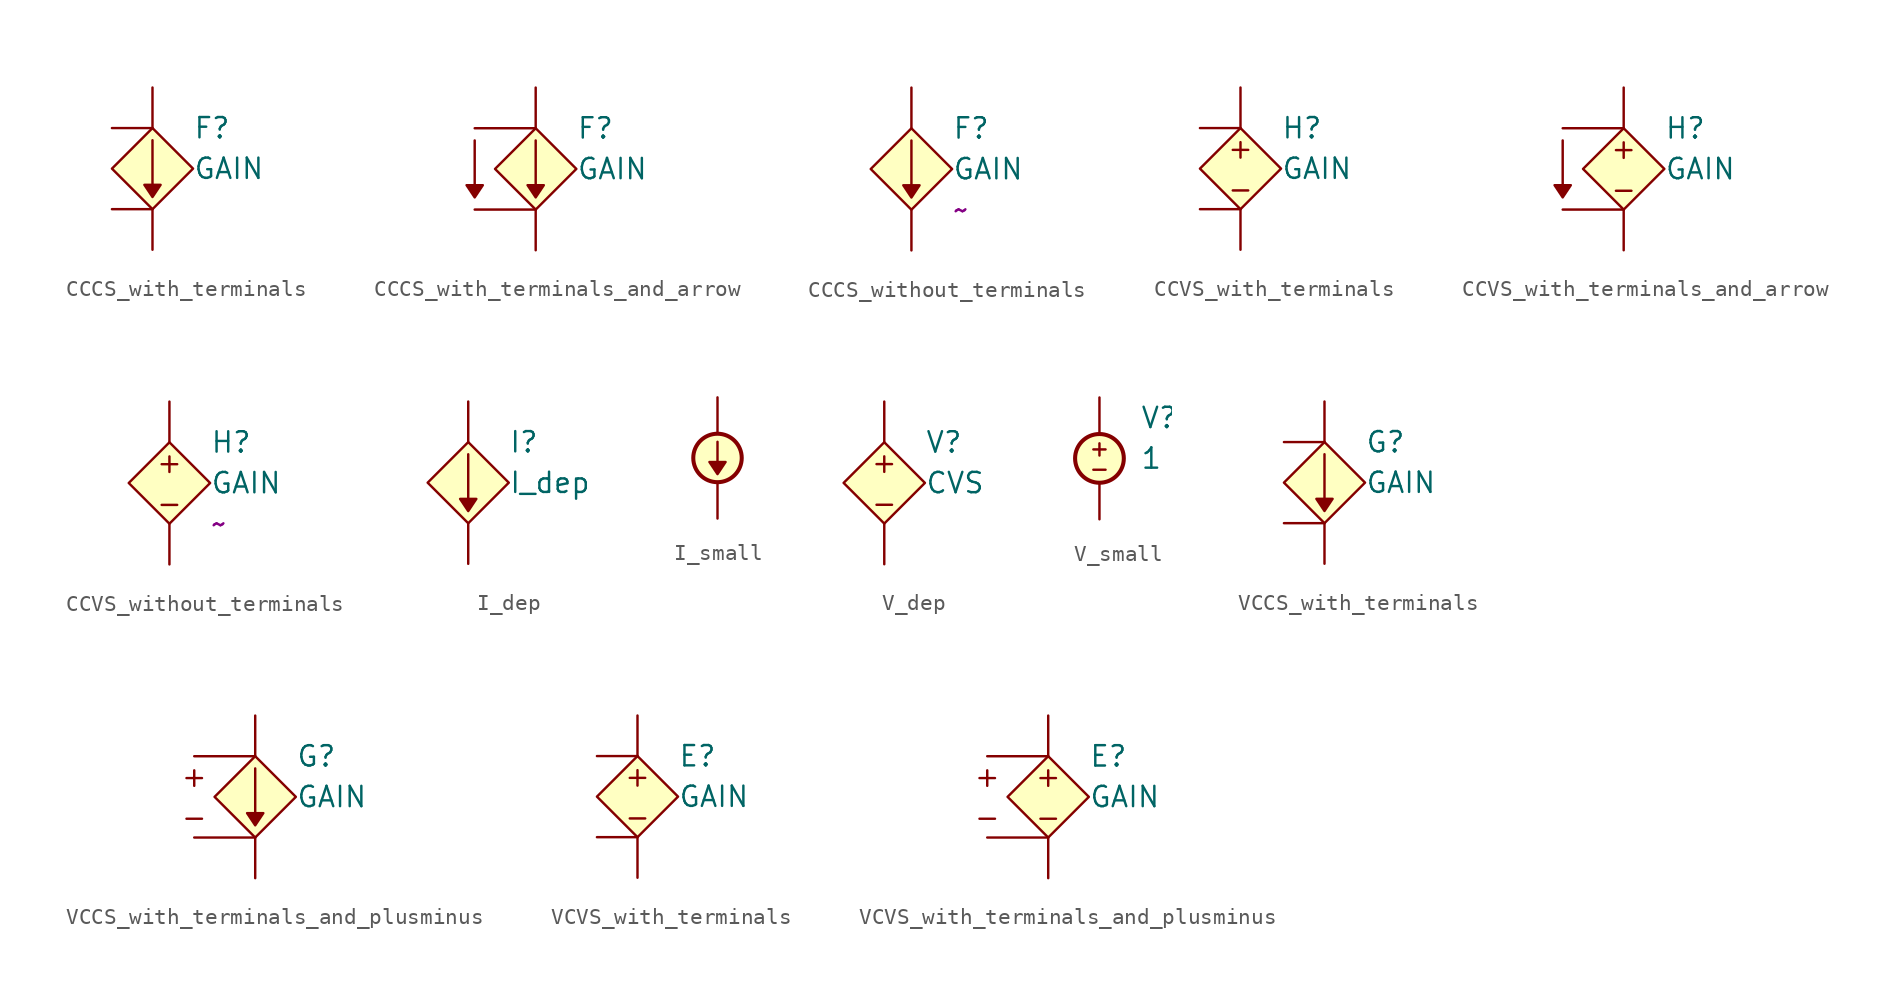
<source format=kicad_sym>
(kicad_symbol_lib
  (version 20220914)
  (generator kicad_symbol_editor)
  (symbol "CCCS_with_terminals"
    (pin_numbers hide)
    (property "Reference" "F"
      (at 2.54 2.54 0)
      (effects (font (size 1.27 1.27)) (justify left)))
    (property "Value" "GAIN"
      (at 2.54 0 0)
      (effects (font (size 1.27 1.27)) (justify left)))
    (symbol "CCCS_with_terminals_0_0"
      (polyline (pts (xy 0.508 -1.016) (xy 0 -1.778) (xy -0.508 -1.016) (xy 0.508 -1.016)) (stroke (width 0.152) (type default)) (fill (type outline))))
    (symbol "CCCS_with_terminals_0_1"
      (polyline (pts (xy 0 -1.016) (xy 0 1.778)) (stroke (width 0) (type default)) (fill (type none))))
    (symbol "CCCS_with_terminals_1_0"
      (polyline (pts (xy 0 2.54) (xy -2.54 0) (xy 0 -2.54) (xy 2.54 0) (xy 0 2.54)) (stroke (width 0.152) (type default)) (fill (type background))))
    (symbol "CCCS_with_terminals_1_1"
      (pin passive line (at 0 5.08 270) (length 2.54) (name "~" (effects (font (size 1.27 1.27)))) (number "1" (effects (font (size 1.27 1.27)))))
      (pin passive line (at 0 -5.08 90) (length 2.54) (name "~" (effects (font (size 1.27 1.27)))) (number "2" (effects (font (size 1.27 1.27)))))
      (pin passive line (at -2.54 2.54 0) (length 2.54) (name "~" (effects (font (size 1.27 1.27)))) (number "3" (effects (font (size 1.27 1.27)))))
      (pin passive line (at -2.54 -2.54 0) (length 2.54) (name "~" (effects (font (size 1.27 1.27)))) (number "4" (effects (font (size 1.27 1.27)))))))
  (symbol "CCCS_with_terminals_and_arrow"
    (pin_numbers hide)
    (property "Reference" "F"
      (at 2.54 2.54 0)
      (effects (font (size 1.27 1.27)) (justify left)))
    (property "Value" "GAIN"
      (at 2.54 0 0)
      (effects (font (size 1.27 1.27)) (justify left)))
    (symbol "CCCS_with_terminals_and_arrow_0_0"
      (polyline (pts (xy -3.302 -1.016) (xy -3.81 -1.778) (xy -4.318 -1.016) (xy -3.302 -1.016)) (stroke (width 0.152) (type default)) (fill (type outline)))
      (polyline (pts (xy 0.508 -1.016) (xy 0 -1.778) (xy -0.508 -1.016) (xy 0.508 -1.016)) (stroke (width 0.152) (type default)) (fill (type outline))))
    (symbol "CCCS_with_terminals_and_arrow_0_1"
      (polyline (pts (xy -3.81 -1.016) (xy -3.81 1.778)) (stroke (width 0) (type default)) (fill (type none)))
      (polyline (pts (xy 0 -1.016) (xy 0 1.778)) (stroke (width 0) (type default)) (fill (type none))))
    (symbol "CCCS_with_terminals_and_arrow_1_0"
      (polyline (pts (xy 0 2.54) (xy -2.54 0) (xy 0 -2.54) (xy 2.54 0) (xy 0 2.54)) (stroke (width 0.152) (type default)) (fill (type background))))
    (symbol "CCCS_with_terminals_and_arrow_1_1"
      (pin passive line (at 0 5.08 270) (length 2.54) (name "~" (effects (font (size 1.27 1.27)))) (number "1" (effects (font (size 1.27 1.27)))))
      (pin passive line (at 0 -5.08 90) (length 2.54) (name "~" (effects (font (size 1.27 1.27)))) (number "2" (effects (font (size 1.27 1.27)))))
      (pin passive line (at -3.81 2.54 0) (length 3.81) (name "~" (effects (font (size 1.27 1.27)))) (number "3" (effects (font (size 1.27 1.27)))))
      (pin passive line (at -3.81 -2.54 0) (length 3.81) (name "~" (effects (font (size 1.27 1.27)))) (number "4" (effects (font (size 1.27 1.27)))))))
  (symbol "CCCS_without_terminals"
    (pin_numbers hide)
    (property "Reference" "F"
      (at 2.54 2.54 0)
      (effects (font (size 1.27 1.27)) (justify left)))
    (property "Value" "GAIN"
      (at 2.54 0 0)
      (effects (font (size 1.27 1.27)) (justify left)))
    (property "Control" "~"
      (at 2.54 -2.54 0)
      (effects (font (size 1.27 1.27)) (justify left)))
    (symbol "CCCS_without_terminals_0_0"
      (polyline (pts (xy 0.508 -1.016) (xy 0 -1.778) (xy -0.508 -1.016) (xy 0.508 -1.016)) (stroke (width 0.152) (type default)) (fill (type outline))))
    (symbol "CCCS_without_terminals_0_1"
      (polyline (pts (xy 0 -1.016) (xy 0 1.778)) (stroke (width 0) (type default)) (fill (type none))))
    (symbol "CCCS_without_terminals_1_0"
      (polyline (pts (xy 0 2.54) (xy -2.54 0) (xy 0 -2.54) (xy 2.54 0) (xy 0 2.54)) (stroke (width 0.152) (type default)) (fill (type background))))
    (symbol "CCCS_without_terminals_1_1"
      (pin passive line (at 0 5.08 270) (length 2.54) (name "~" (effects (font (size 1.27 1.27)))) (number "1" (effects (font (size 1.27 1.27)))))
      (pin passive line (at 0 -5.08 90) (length 2.54) (name "~" (effects (font (size 1.27 1.27)))) (number "2" (effects (font (size 1.27 1.27)))))))
  (symbol "CCVS_with_terminals"
    (pin_numbers hide)
    (property "Reference" "H"
      (at 2.54 2.54 0)
      (effects (font (size 1.27 1.27)) (justify left)))
    (property "Value" "GAIN"
      (at 2.54 0 0)
      (effects (font (size 1.27 1.27)) (justify left)))
    (symbol "CCVS_with_terminals_0_0"
      (text "+" (at 0 1.27 0) (effects (font (size 1.27 1.27))))
      (text "-" (at 0 -1.27 0) (effects (font (size 1.27 1.27)))))
    (symbol "CCVS_with_terminals_1_0"
      (polyline (pts (xy -2.54 0) (xy 0 2.54) (xy 2.54 0) (xy 0 -2.54) (xy -2.54 0)) (stroke (width 0.152) (type default)) (fill (type background))))
    (symbol "CCVS_with_terminals_1_1"
      (pin passive line (at 0 5.08 270) (length 2.54) (name "~" (effects (font (size 1.27 1.27)))) (number "1" (effects (font (size 1.27 1.27)))))
      (pin passive line (at 0 -5.08 90) (length 2.54) (name "~" (effects (font (size 1.27 1.27)))) (number "2" (effects (font (size 1.27 1.27)))))
      (pin passive line (at -2.54 2.54 0) (length 2.54) (name "~" (effects (font (size 1.27 1.27)))) (number "3" (effects (font (size 1.27 1.27)))))
      (pin passive line (at -2.54 -2.54 0) (length 2.54) (name "~" (effects (font (size 1.27 1.27)))) (number "4" (effects (font (size 1.27 1.27)))))))
  (symbol "CCVS_with_terminals_and_arrow"
    (pin_numbers hide)
    (property "Reference" "H"
      (at 2.54 2.54 0)
      (effects (font (size 1.27 1.27)) (justify left)))
    (property "Value" "GAIN"
      (at 2.54 0 0)
      (effects (font (size 1.27 1.27)) (justify left)))
    (symbol "CCVS_with_terminals_and_arrow_0_0"
      (polyline (pts (xy -3.302 -1.016) (xy -3.81 -1.778) (xy -4.318 -1.016) (xy -3.302 -1.016)) (stroke (width 0.152) (type default)) (fill (type outline)))
      (text "+" (at 0 1.27 0) (effects (font (size 1.27 1.27))))
      (text "-" (at 0 -1.27 0) (effects (font (size 1.27 1.27)))))
    (symbol "CCVS_with_terminals_and_arrow_0_1"
      (polyline (pts (xy -3.81 -1.016) (xy -3.81 1.778)) (stroke (width 0) (type default)) (fill (type none))))
    (symbol "CCVS_with_terminals_and_arrow_1_0"
      (polyline (pts (xy -2.54 0) (xy 0 2.54) (xy 2.54 0) (xy 0 -2.54) (xy -2.54 0)) (stroke (width 0.152) (type default)) (fill (type background))))
    (symbol "CCVS_with_terminals_and_arrow_1_1"
      (pin passive line (at 0 5.08 270) (length 2.54) (name "~" (effects (font (size 1.27 1.27)))) (number "1" (effects (font (size 1.27 1.27)))))
      (pin passive line (at 0 -5.08 90) (length 2.54) (name "~" (effects (font (size 1.27 1.27)))) (number "2" (effects (font (size 1.27 1.27)))))
      (pin passive line (at -3.81 2.54 0) (length 3.81) (name "~" (effects (font (size 1.27 1.27)))) (number "3" (effects (font (size 1.27 1.27)))))
      (pin passive line (at -3.81 -2.54 0) (length 3.81) (name "~" (effects (font (size 1.27 1.27)))) (number "4" (effects (font (size 1.27 1.27)))))))
  (symbol "CCVS_without_terminals"
    (pin_numbers hide)
    (property "Reference" "H"
      (at 2.54 2.54 0)
      (effects (font (size 1.27 1.27)) (justify left)))
    (property "Value" "GAIN"
      (at 2.54 0 0)
      (effects (font (size 1.27 1.27)) (justify left)))
    (property "Control" "~"
      (at 2.54 -2.54 0)
      (effects (font (size 1.27 1.27)) (justify left)))
    (symbol "CCVS_without_terminals_0_0"
      (text "+" (at 0 1.27 0) (effects (font (size 1.27 1.27))))
      (text "-" (at 0 -1.27 0) (effects (font (size 1.27 1.27)))))
    (symbol "CCVS_without_terminals_1_0"
      (polyline (pts (xy -2.54 0) (xy 0 2.54) (xy 2.54 0) (xy 0 -2.54) (xy -2.54 0)) (stroke (width 0.152) (type default)) (fill (type background))))
    (symbol "CCVS_without_terminals_1_1"
      (pin passive line (at 0 5.08 270) (length 2.54) (name "~" (effects (font (size 1.27 1.27)))) (number "1" (effects (font (size 1.27 1.27)))))
      (pin passive line (at 0 -5.08 90) (length 2.54) (name "~" (effects (font (size 1.27 1.27)))) (number "2" (effects (font (size 1.27 1.27)))))))
  (symbol "I_dep"
    (pin_numbers hide)
    (property "Reference" "I"
      (at 2.54 2.54 0)
      (effects (font (size 1.27 1.27)) (justify left)))
    (property "Value" "I_dep"
      (at 2.54 0 0)
      (effects (font (size 1.27 1.27)) (justify left)))
    (symbol "I_dep_0_0"
      (polyline (pts (xy 0.508 -1.016) (xy 0 -1.778) (xy -0.508 -1.016) (xy 0.508 -1.016)) (stroke (width 0.152) (type default)) (fill (type outline))))
    (symbol "I_dep_0_1"
      (polyline (pts (xy 0 -1.016) (xy 0 1.778)) (stroke (width 0) (type default)) (fill (type none))))
    (symbol "I_dep_1_0"
      (polyline (pts (xy 0 2.54) (xy -2.54 0) (xy 0 -2.54) (xy 2.54 0) (xy 0 2.54)) (stroke (width 0.152) (type default)) (fill (type background))))
    (symbol "I_dep_1_1"
      (pin passive line (at 0 5.08 270) (length 2.54) (name "~" (effects (font (size 1.27 1.27)))) (number "1" (effects (font (size 1.27 1.27)))))
      (pin passive line (at 0 -5.08 90) (length 2.54) (name "~" (effects (font (size 1.27 1.27)))) (number "2" (effects (font (size 1.27 1.27)))))))
  (symbol "I_small"
    (pin_numbers hide)
    (property "Reference" "I"
      (at 2.54 2.54 0)
      (effects (font (size 1.27 1.27)) (justify left) hide))
    (symbol "I_small_0_0"
      (polyline (pts (xy 0.508 -0.254) (xy 0 -1.016) (xy -0.508 -0.254) (xy 0.508 -0.254)) (stroke (width 0.152) (type default)) (fill (type outline))))
    (symbol "I_small_0_1"
      (polyline (pts (xy 0 -0.254) (xy 0 1.016)) (stroke (width 0) (type default)) (fill (type none)))
      (circle (center 0 0) (radius 1.524) (stroke (width 0.254) (type default)) (fill (type background))))
    (symbol "I_small_1_1"
      (pin passive line (at 0 3.81 270) (length 2.2) (name "~" (effects (font (size 1.27 1.27)))) (number "1" (effects (font (size 1.27 1.27)))))
      (pin passive line (at 0 -3.81 90) (length 2.2) (name "~" (effects (font (size 1.27 1.27)))) (number "2" (effects (font (size 1.27 1.27)))))))
  (symbol "V_dep"
    (pin_numbers hide)
    (property "Reference" "V"
      (at 2.54 2.54 0)
      (effects (font (size 1.27 1.27)) (justify left)))
    (property "Value" "CVS"
      (at 2.54 0 0)
      (effects (font (size 1.27 1.27)) (justify left)))
    (symbol "V_dep_0_0"
      (text "+" (at 0 1.27 0) (effects (font (size 1.27 1.27))))
      (text "-" (at 0 -1.27 0) (effects (font (size 1.27 1.27)))))
    (symbol "V_dep_1_0"
      (polyline (pts (xy -2.54 0) (xy 0 2.54) (xy 2.54 0) (xy 0 -2.54) (xy -2.54 0)) (stroke (width 0.152) (type default)) (fill (type background))))
    (symbol "V_dep_1_1"
      (pin passive line (at 0 5.08 270) (length 2.54) (name "~" (effects (font (size 1.27 1.27)))) (number "1" (effects (font (size 1.27 1.27)))))
      (pin passive line (at 0 -5.08 90) (length 2.54) (name "~" (effects (font (size 1.27 1.27)))) (number "2" (effects (font (size 1.27 1.27)))))))
  (symbol "V_small"
    (pin_numbers hide)
    (property "Reference" "V"
      (at 2.54 2.54 0)
      (effects (font (size 1.27 1.27)) (justify left)))
    (property "Value" "1"
      (at 2.54 0 0)
      (effects (font (size 1.27 1.27)) (justify left)))
    (symbol "V_small_0_0"
      (text "+" (at 0 0.635 0) (effects (font (size 1 1))))
      (text "-" (at 0 -0.635 0) (effects (font (size 1 1)))))
    (symbol "V_small_0_1"
      (circle (center 0 0) (radius 1.524) (stroke (width 0.254) (type default)) (fill (type background))))
    (symbol "V_small_1_1"
      (pin passive line (at 0 3.81 270) (length 2.2) (name "~" (effects (font (size 1.27 1.27)))) (number "1" (effects (font (size 1.27 1.27)))))
      (pin passive line (at 0 -3.81 90) (length 2.2) (name "~" (effects (font (size 1.27 1.27)))) (number "2" (effects (font (size 1.27 1.27)))))))
  (symbol "VCCS_with_terminals"
    (pin_numbers hide)
    (property "Reference" "G"
      (at 2.54 2.54 0)
      (effects (font (size 1.27 1.27)) (justify left)))
    (property "Value" "GAIN"
      (at 2.54 0 0)
      (effects (font (size 1.27 1.27)) (justify left)))
    (symbol "VCCS_with_terminals_0_0"
      (polyline (pts (xy 0.508 -1.016) (xy 0 -1.778) (xy -0.508 -1.016) (xy 0.508 -1.016)) (stroke (width 0.152) (type default)) (fill (type outline))))
    (symbol "VCCS_with_terminals_0_1"
      (polyline (pts (xy 0 -1.016) (xy 0 1.778)) (stroke (width 0) (type default)) (fill (type none))))
    (symbol "VCCS_with_terminals_1_0"
      (polyline (pts (xy 0 2.54) (xy -2.54 0) (xy 0 -2.54) (xy 2.54 0) (xy 0 2.54)) (stroke (width 0.152) (type default)) (fill (type background))))
    (symbol "VCCS_with_terminals_1_1"
      (pin passive line (at 0 5.08 270) (length 2.54) (name "~" (effects (font (size 1.27 1.27)))) (number "1" (effects (font (size 1.27 1.27)))))
      (pin passive line (at 0 -5.08 90) (length 2.54) (name "~" (effects (font (size 1.27 1.27)))) (number "2" (effects (font (size 1.27 1.27)))))
      (pin passive line (at -2.54 2.54 0) (length 2.54) (name "~" (effects (font (size 1.27 1.27)))) (number "3" (effects (font (size 1.27 1.27)))))
      (pin passive line (at -2.54 -2.54 0) (length 2.54) (name "~" (effects (font (size 1.27 1.27)))) (number "4" (effects (font (size 1.27 1.27)))))))
  (symbol "VCCS_with_terminals_and_plusminus"
    (pin_numbers hide)
    (property "Reference" "G"
      (at 2.54 2.54 0)
      (effects (font (size 1.27 1.27)) (justify left)))
    (property "Value" "GAIN"
      (at 2.54 0 0)
      (effects (font (size 1.27 1.27)) (justify left)))
    (symbol "VCCS_with_terminals_and_plusminus_0_0"
      (polyline (pts (xy 0.508 -1.016) (xy 0 -1.778) (xy -0.508 -1.016) (xy 0.508 -1.016)) (stroke (width 0.152) (type default)) (fill (type outline)))
      (text "+" (at -3.81 1.27 0) (effects (font (size 1.27 1.27))))
      (text "-" (at -3.81 -1.27 0) (effects (font (size 1.27 1.27)))))
    (symbol "VCCS_with_terminals_and_plusminus_0_1"
      (polyline (pts (xy 0 -1.016) (xy 0 1.778)) (stroke (width 0) (type default)) (fill (type none))))
    (symbol "VCCS_with_terminals_and_plusminus_1_0"
      (polyline (pts (xy 0 2.54) (xy -2.54 0) (xy 0 -2.54) (xy 2.54 0) (xy 0 2.54)) (stroke (width 0.152) (type default)) (fill (type background))))
    (symbol "VCCS_with_terminals_and_plusminus_1_1"
      (pin passive line (at 0 5.08 270) (length 2.54) (name "~" (effects (font (size 1.27 1.27)))) (number "1" (effects (font (size 1.27 1.27)))))
      (pin passive line (at 0 -5.08 90) (length 2.54) (name "~" (effects (font (size 1.27 1.27)))) (number "2" (effects (font (size 1.27 1.27)))))
      (pin passive line (at -3.81 2.54 0) (length 3.81) (name "~" (effects (font (size 1.27 1.27)))) (number "3" (effects (font (size 1.27 1.27)))))
      (pin passive line (at -3.81 -2.54 0) (length 3.81) (name "~" (effects (font (size 1.27 1.27)))) (number "4" (effects (font (size 1.27 1.27)))))))
  (symbol "VCVS_with_terminals"
    (pin_numbers hide)
    (property "Reference" "E"
      (at 2.54 2.54 0)
      (effects (font (size 1.27 1.27)) (justify left)))
    (property "Value" "GAIN"
      (at 2.54 0 0)
      (effects (font (size 1.27 1.27)) (justify left)))
    (symbol "VCVS_with_terminals_0_0"
      (text "+" (at 0 1.27 0) (effects (font (size 1.27 1.27))))
      (text "-" (at 0 -1.27 0) (effects (font (size 1.27 1.27)))))
    (symbol "VCVS_with_terminals_1_0"
      (polyline (pts (xy -2.54 0) (xy 0 2.54) (xy 2.54 0) (xy 0 -2.54) (xy -2.54 0)) (stroke (width 0.152) (type default)) (fill (type background))))
    (symbol "VCVS_with_terminals_1_1"
      (pin passive line (at 0 5.08 270) (length 2.54) (name "~" (effects (font (size 1.27 1.27)))) (number "1" (effects (font (size 1.27 1.27)))))
      (pin passive line (at 0 -5.08 90) (length 2.54) (name "~" (effects (font (size 1.27 1.27)))) (number "2" (effects (font (size 1.27 1.27)))))
      (pin passive line (at -2.54 2.54 0) (length 2.54) (name "~" (effects (font (size 1.27 1.27)))) (number "3" (effects (font (size 1.27 1.27)))))
      (pin passive line (at -2.54 -2.54 0) (length 2.54) (name "~" (effects (font (size 1.27 1.27)))) (number "4" (effects (font (size 1.27 1.27)))))))
  (symbol "VCVS_with_terminals_and_plusminus"
    (pin_numbers hide)
    (property "Reference" "E"
      (at 2.54 2.54 0)
      (effects (font (size 1.27 1.27)) (justify left)))
    (property "Value" "GAIN"
      (at 2.54 0 0)
      (effects (font (size 1.27 1.27)) (justify left)))
    (symbol "VCVS_with_terminals_and_plusminus_0_0"
      (text "+" (at -3.81 1.27 0) (effects (font (size 1.27 1.27))))
      (text "+" (at 0 1.27 0) (effects (font (size 1.27 1.27))))
      (text "-" (at -3.81 -1.27 0) (effects (font (size 1.27 1.27))))
      (text "-" (at 0 -1.27 0) (effects (font (size 1.27 1.27)))))
    (symbol "VCVS_with_terminals_and_plusminus_1_0"
      (polyline (pts (xy -2.54 0) (xy 0 2.54) (xy 2.54 0) (xy 0 -2.54) (xy -2.54 0)) (stroke (width 0.152) (type default)) (fill (type background))))
    (symbol "VCVS_with_terminals_and_plusminus_1_1"
      (pin passive line (at 0 5.08 270) (length 2.54) (name "~" (effects (font (size 1.27 1.27)))) (number "1" (effects (font (size 1.27 1.27)))))
      (pin passive line (at 0 -5.08 90) (length 2.54) (name "~" (effects (font (size 1.27 1.27)))) (number "2" (effects (font (size 1.27 1.27)))))
      (pin passive line (at -3.81 2.54 0) (length 3.81) (name "~" (effects (font (size 1.27 1.27)))) (number "3" (effects (font (size 1.27 1.27)))))
      (pin passive line (at -3.81 -2.54 0) (length 3.81) (name "~" (effects (font (size 1.27 1.27)))) (number "4" (effects (font (size 1.27 1.27))))))))
</source>
